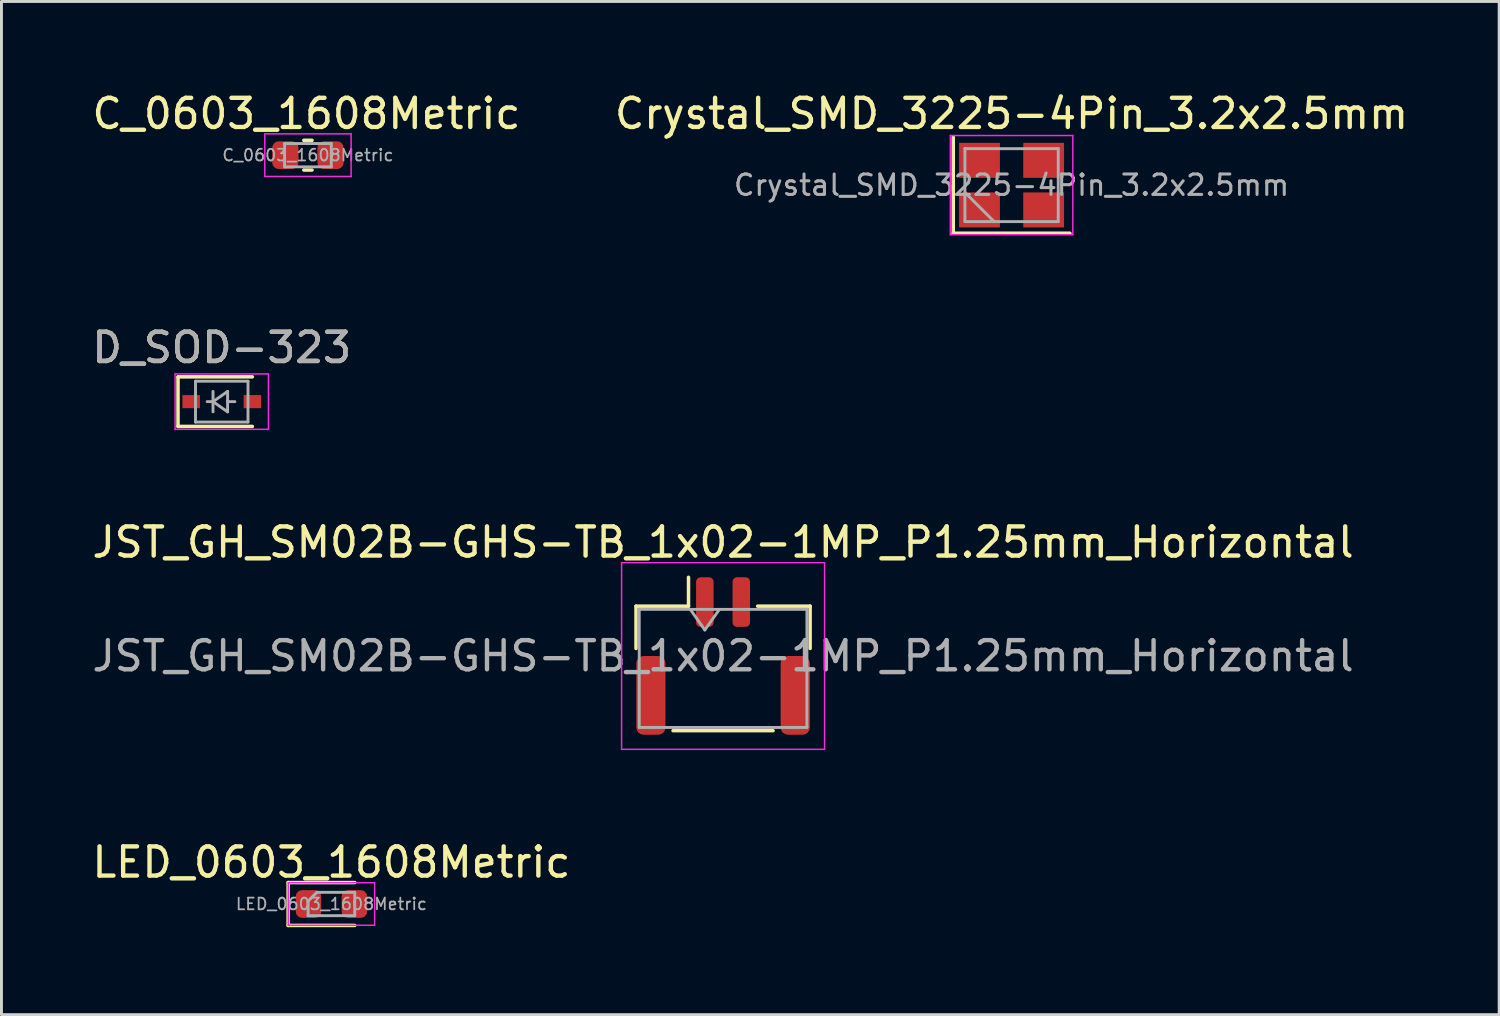
<source format=kicad_pcb>
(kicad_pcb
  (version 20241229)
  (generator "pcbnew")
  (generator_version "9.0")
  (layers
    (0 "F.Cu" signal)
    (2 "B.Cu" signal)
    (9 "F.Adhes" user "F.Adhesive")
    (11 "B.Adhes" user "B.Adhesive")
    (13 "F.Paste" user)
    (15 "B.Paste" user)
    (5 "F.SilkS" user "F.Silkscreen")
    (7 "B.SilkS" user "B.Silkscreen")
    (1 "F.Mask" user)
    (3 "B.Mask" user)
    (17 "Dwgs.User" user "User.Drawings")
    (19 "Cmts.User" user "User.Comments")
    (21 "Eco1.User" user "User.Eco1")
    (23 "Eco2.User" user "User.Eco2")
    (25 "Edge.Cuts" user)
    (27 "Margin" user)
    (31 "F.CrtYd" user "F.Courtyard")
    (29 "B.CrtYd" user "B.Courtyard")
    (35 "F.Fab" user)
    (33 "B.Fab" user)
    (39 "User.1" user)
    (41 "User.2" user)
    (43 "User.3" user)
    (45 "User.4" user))
  (footprint "C_0603_1608Metric"
    (layer "F.Cu")
    (at 7.509 2.271)
    (property "Reference" "C_0603_1608Metric" (at -0.051 -1.422 0) (layer "F.SilkS") (effects (font (size 1 1) (thickness 0.15))))
    (attr smd)
    (fp_line (start -0.141 -0.51) (end 0.141 -0.51) (stroke (width 0.12) (type solid)) (layer "F.SilkS"))
    (fp_line (start -0.141 0.51) (end 0.141 0.51) (stroke (width 0.12) (type solid)) (layer "F.SilkS"))
    (fp_line (start -1.48 -0.73) (end 1.48 -0.73) (stroke (width 0.05) (type solid)) (layer "F.CrtYd"))
    (fp_line (start -1.48 0.73) (end -1.48 -0.73) (stroke (width 0.05) (type solid)) (layer "F.CrtYd"))
    (fp_line (start 1.48 -0.73) (end 1.48 0.73) (stroke (width 0.05) (type solid)) (layer "F.CrtYd"))
    (fp_line (start 1.48 0.73) (end -1.48 0.73) (stroke (width 0.05) (type solid)) (layer "F.CrtYd"))
    (fp_line (start -0.8 -0.4) (end 0.8 -0.4) (stroke (width 0.1) (type solid)) (layer "F.Fab"))
    (fp_line (start -0.8 0.4) (end -0.8 -0.4) (stroke (width 0.1) (type solid)) (layer "F.Fab"))
    (fp_line (start 0.8 -0.4) (end 0.8 0.4) (stroke (width 0.1) (type solid)) (layer "F.Fab"))
    (fp_line (start 0.8 0.4) (end -0.8 0.4) (stroke (width 0.1) (type solid)) (layer "F.Fab"))
    (fp_text user "${REFERENCE}" (at 0 0 0) (layer "F.Fab") (effects (font (size 0.4 0.4) (thickness 0.06))))
    (pad "1" smd roundrect (at -0.775 0) (size 0.9 0.95) (layers "F.Cu" "F.Mask" "F.Paste") (roundrect_rratio 0.25))
    (pad "2" smd roundrect (at 0.775 0) (size 0.9 0.95) (layers "F.Cu" "F.Mask" "F.Paste") (roundrect_rratio 0.25)))
  (footprint "Crystal_SMD_3225-4Pin_3.2x2.5mm"
    (layer "F.Cu")
    (at 31.637 3.298)
    (property "Reference" "Crystal_SMD_3225-4Pin_3.2x2.5mm" (at 0 -2.45 180) (layer "F.SilkS") (effects (font (size 1 1) (thickness 0.15))))
    (attr smd)
    (fp_line (start -2 -1.65) (end -2 1.65) (stroke (width 0.12) (type solid)) (layer "F.SilkS"))
    (fp_line (start -2 1.65) (end 2 1.65) (stroke (width 0.12) (type solid)) (layer "F.SilkS"))
    (fp_line (start -2.1 -1.7) (end -2.1 1.7) (stroke (width 0.05) (type solid)) (layer "F.CrtYd"))
    (fp_line (start -2.1 1.7) (end 2.1 1.7) (stroke (width 0.05) (type solid)) (layer "F.CrtYd"))
    (fp_line (start 2.1 -1.7) (end -2.1 -1.7) (stroke (width 0.05) (type solid)) (layer "F.CrtYd"))
    (fp_line (start 2.1 1.7) (end 2.1 -1.7) (stroke (width 0.05) (type solid)) (layer "F.CrtYd"))
    (fp_line (start -1.6 -1.25) (end -1.6 1.25) (stroke (width 0.1) (type solid)) (layer "F.Fab"))
    (fp_line (start -1.6 0.25) (end -0.6 1.25) (stroke (width 0.1) (type solid)) (layer "F.Fab"))
    (fp_line (start -1.6 1.25) (end 1.6 1.25) (stroke (width 0.1) (type solid)) (layer "F.Fab"))
    (fp_line (start 1.6 -1.25) (end -1.6 -1.25) (stroke (width 0.1) (type solid)) (layer "F.Fab"))
    (fp_line (start 1.6 1.25) (end 1.6 -1.25) (stroke (width 0.1) (type solid)) (layer "F.Fab"))
    (fp_text user "${REFERENCE}" (at 0 0 180) (layer "F.Fab") (effects (font (size 0.7 0.7) (thickness 0.105))))
    (pad "1" smd rect (at -1.1 0.85) (size 1.4 1.2) (layers "F.Cu" "F.Mask" "F.Paste"))
    (pad "2" smd rect (at 1.1 0.85) (size 1.4 1.2) (layers "F.Cu" "F.Mask" "F.Paste"))
    (pad "3" smd rect (at 1.1 -0.85) (size 1.4 1.2) (layers "F.Cu" "F.Mask" "F.Paste"))
    (pad "4" smd rect (at -1.1 -0.85) (size 1.4 1.2) (layers "F.Cu" "F.Mask" "F.Paste")))
  (footprint "D_SOD-323"
    (layer "F.Cu")
    (at 4.554 10.722)
    (property "Reference" "D_SOD-323" (at 0 -1.85 180) (layer "F.SilkS") (effects (font (size 1 1) (thickness 0.15))))
    (attr smd)
    (fp_line (start -1.5 -0.85) (end -1.5 0.85) (stroke (width 0.12) (type solid)) (layer "F.SilkS"))
    (fp_line (start -1.5 -0.85) (end 1.05 -0.85) (stroke (width 0.12) (type solid)) (layer "F.SilkS"))
    (fp_line (start -1.5 0.85) (end 1.05 0.85) (stroke (width 0.12) (type solid)) (layer "F.SilkS"))
    (fp_line (start -1.6 -0.95) (end -1.6 0.95) (stroke (width 0.05) (type solid)) (layer "F.CrtYd"))
    (fp_line (start -1.6 -0.95) (end 1.6 -0.95) (stroke (width 0.05) (type solid)) (layer "F.CrtYd"))
    (fp_line (start -1.6 0.95) (end 1.6 0.95) (stroke (width 0.05) (type solid)) (layer "F.CrtYd"))
    (fp_line (start 1.6 -0.95) (end 1.6 0.95) (stroke (width 0.05) (type solid)) (layer "F.CrtYd"))
    (fp_line (start -0.9 -0.7) (end 0.9 -0.7) (stroke (width 0.1) (type solid)) (layer "F.Fab"))
    (fp_line (start -0.9 0.7) (end -0.9 -0.7) (stroke (width 0.1) (type solid)) (layer "F.Fab"))
    (fp_line (start -0.3 -0.35) (end -0.3 0.35) (stroke (width 0.1) (type solid)) (layer "F.Fab"))
    (fp_line (start -0.3 0) (end -0.5 0) (stroke (width 0.1) (type solid)) (layer "F.Fab"))
    (fp_line (start -0.3 0) (end 0.2 -0.35) (stroke (width 0.1) (type solid)) (layer "F.Fab"))
    (fp_line (start 0.2 -0.35) (end 0.2 0.35) (stroke (width 0.1) (type solid)) (layer "F.Fab"))
    (fp_line (start 0.2 0) (end 0.45 0) (stroke (width 0.1) (type solid)) (layer "F.Fab"))
    (fp_line (start 0.2 0.35) (end -0.3 0) (stroke (width 0.1) (type solid)) (layer "F.Fab"))
    (fp_line (start 0.9 -0.7) (end 0.9 0.7) (stroke (width 0.1) (type solid)) (layer "F.Fab"))
    (fp_line (start 0.9 0.7) (end -0.9 0.7) (stroke (width 0.1) (type solid)) (layer "F.Fab"))
    (fp_text user "${REFERENCE}" (at 0 -1.85 180) (layer "F.Fab") (effects (font (size 1 1) (thickness 0.15))))
    (pad "1" smd rect (at -1.05 0) (size 0.6 0.45) (layers "F.Cu" "F.Mask" "F.Paste"))
    (pad "2" smd rect (at 1.05 0) (size 0.6 0.45) (layers "F.Cu" "F.Mask" "F.Paste")))
  (footprint "LED_0603_1608Metric"
    (layer "F.Cu")
    (at 8.315 27.948)
    (property "Reference" "LED_0603_1608Metric" (at 0 -1.43 0) (layer "F.SilkS") (effects (font (size 1 1) (thickness 0.15))))
    (attr smd)
    (fp_line (start -1.485 -0.735) (end -1.485 0.735) (stroke (width 0.12) (type solid)) (layer "F.SilkS"))
    (fp_line (start -1.485 0.735) (end 0.8 0.735) (stroke (width 0.12) (type solid)) (layer "F.SilkS"))
    (fp_line (start 0.8 -0.735) (end -1.485 -0.735) (stroke (width 0.12) (type solid)) (layer "F.SilkS"))
    (fp_line (start -1.48 -0.73) (end 1.48 -0.73) (stroke (width 0.05) (type solid)) (layer "F.CrtYd"))
    (fp_line (start -1.48 0.73) (end -1.48 -0.73) (stroke (width 0.05) (type solid)) (layer "F.CrtYd"))
    (fp_line (start 1.48 -0.73) (end 1.48 0.73) (stroke (width 0.05) (type solid)) (layer "F.CrtYd"))
    (fp_line (start 1.48 0.73) (end -1.48 0.73) (stroke (width 0.05) (type solid)) (layer "F.CrtYd"))
    (fp_line (start -0.8 -0.1) (end -0.8 0.4) (stroke (width 0.1) (type solid)) (layer "F.Fab"))
    (fp_line (start -0.8 0.4) (end 0.8 0.4) (stroke (width 0.1) (type solid)) (layer "F.Fab"))
    (fp_line (start -0.5 -0.4) (end -0.8 -0.1) (stroke (width 0.1) (type solid)) (layer "F.Fab"))
    (fp_line (start 0.8 -0.4) (end -0.5 -0.4) (stroke (width 0.1) (type solid)) (layer "F.Fab"))
    (fp_line (start 0.8 0.4) (end 0.8 -0.4) (stroke (width 0.1) (type solid)) (layer "F.Fab"))
    (fp_text user "${REFERENCE}" (at 0 0 0) (layer "F.Fab") (effects (font (size 0.4 0.4) (thickness 0.06))))
    (pad "1" smd roundrect (at -0.787 0) (size 0.875 0.95) (layers "F.Cu" "F.Mask" "F.Paste") (roundrect_rratio 0.25))
    (pad "2" smd roundrect (at 0.787 0) (size 0.875 0.95) (layers "F.Cu" "F.Mask" "F.Paste") (roundrect_rratio 0.25)))
  (footprint "JST_GH_SM02B-GHS-TB_1x02-1MP_P1.25mm_Horizontal"
    (layer "F.Cu")
    (at 21.744 19.445)
    (property "Reference" "JST_GH_SM02B-GHS-TB_1x02-1MP_P1.25mm_Horizontal" (at 0 -3.9 0) (layer "F.SilkS") (effects (font (size 1 1) (thickness 0.15))))
    (attr smd)
    (fp_line (start -2.985 -1.71) (end -1.185 -1.71) (stroke (width 0.12) (type solid)) (layer "F.SilkS"))
    (fp_line (start -2.985 -0.26) (end -2.985 -1.71) (stroke (width 0.12) (type solid)) (layer "F.SilkS"))
    (fp_line (start -1.715 2.56) (end 1.715 2.56) (stroke (width 0.12) (type solid)) (layer "F.SilkS"))
    (fp_line (start -1.185 -1.71) (end -1.185 -2.7) (stroke (width 0.12) (type solid)) (layer "F.SilkS"))
    (fp_line (start 2.985 -1.71) (end 1.185 -1.71) (stroke (width 0.12) (type solid)) (layer "F.SilkS"))
    (fp_line (start 2.985 -0.26) (end 2.985 -1.71) (stroke (width 0.12) (type solid)) (layer "F.SilkS"))
    (fp_line (start -3.48 -3.2) (end -3.48 3.2) (stroke (width 0.05) (type solid)) (layer "F.CrtYd"))
    (fp_line (start -3.48 3.2) (end 3.48 3.2) (stroke (width 0.05) (type solid)) (layer "F.CrtYd"))
    (fp_line (start 3.48 -3.2) (end -3.48 -3.2) (stroke (width 0.05) (type solid)) (layer "F.CrtYd"))
    (fp_line (start 3.48 3.2) (end 3.48 -3.2) (stroke (width 0.05) (type solid)) (layer "F.CrtYd"))
    (fp_line (start -2.875 -1.6) (end -2.875 2.45) (stroke (width 0.1) (type solid)) (layer "F.Fab"))
    (fp_line (start -2.875 -1.6) (end 2.875 -1.6) (stroke (width 0.1) (type solid)) (layer "F.Fab"))
    (fp_line (start -2.875 2.45) (end 2.875 2.45) (stroke (width 0.1) (type solid)) (layer "F.Fab"))
    (fp_line (start -1.125 -1.6) (end -0.625 -0.893) (stroke (width 0.1) (type solid)) (layer "F.Fab"))
    (fp_line (start -0.625 -0.893) (end -0.125 -1.6) (stroke (width 0.1) (type solid)) (layer "F.Fab"))
    (fp_line (start 2.875 -1.6) (end 2.875 2.45) (stroke (width 0.1) (type solid)) (layer "F.Fab"))
    (fp_text user "${REFERENCE}" (at 0 0 0) (layer "F.Fab") (effects (font (size 1 1) (thickness 0.15))))
    (pad "1" smd roundrect (at -0.625 -1.85) (size 0.6 1.7) (layers "F.Cu" "F.Mask" "F.Paste") (roundrect_rratio 0.25))
    (pad "2" smd roundrect (at 0.625 -1.85) (size 0.6 1.7) (layers "F.Cu" "F.Mask" "F.Paste") (roundrect_rratio 0.25))
    (pad "MP" smd roundrect (at -2.475 1.35) (size 1 2.7) (layers "F.Cu" "F.Mask" "F.Paste") (roundrect_rratio 0.25))
    (pad "MP" smd roundrect (at 2.475 1.35) (size 1 2.7) (layers "F.Cu" "F.Mask" "F.Paste") (roundrect_rratio 0.25)))
  (gr_rect
    (start -3 -3)
    (end 48.357 31.743)
    (stroke (width 0.1) (type default))
    (fill no)
    (layer "Edge.Cuts")))
</source>
